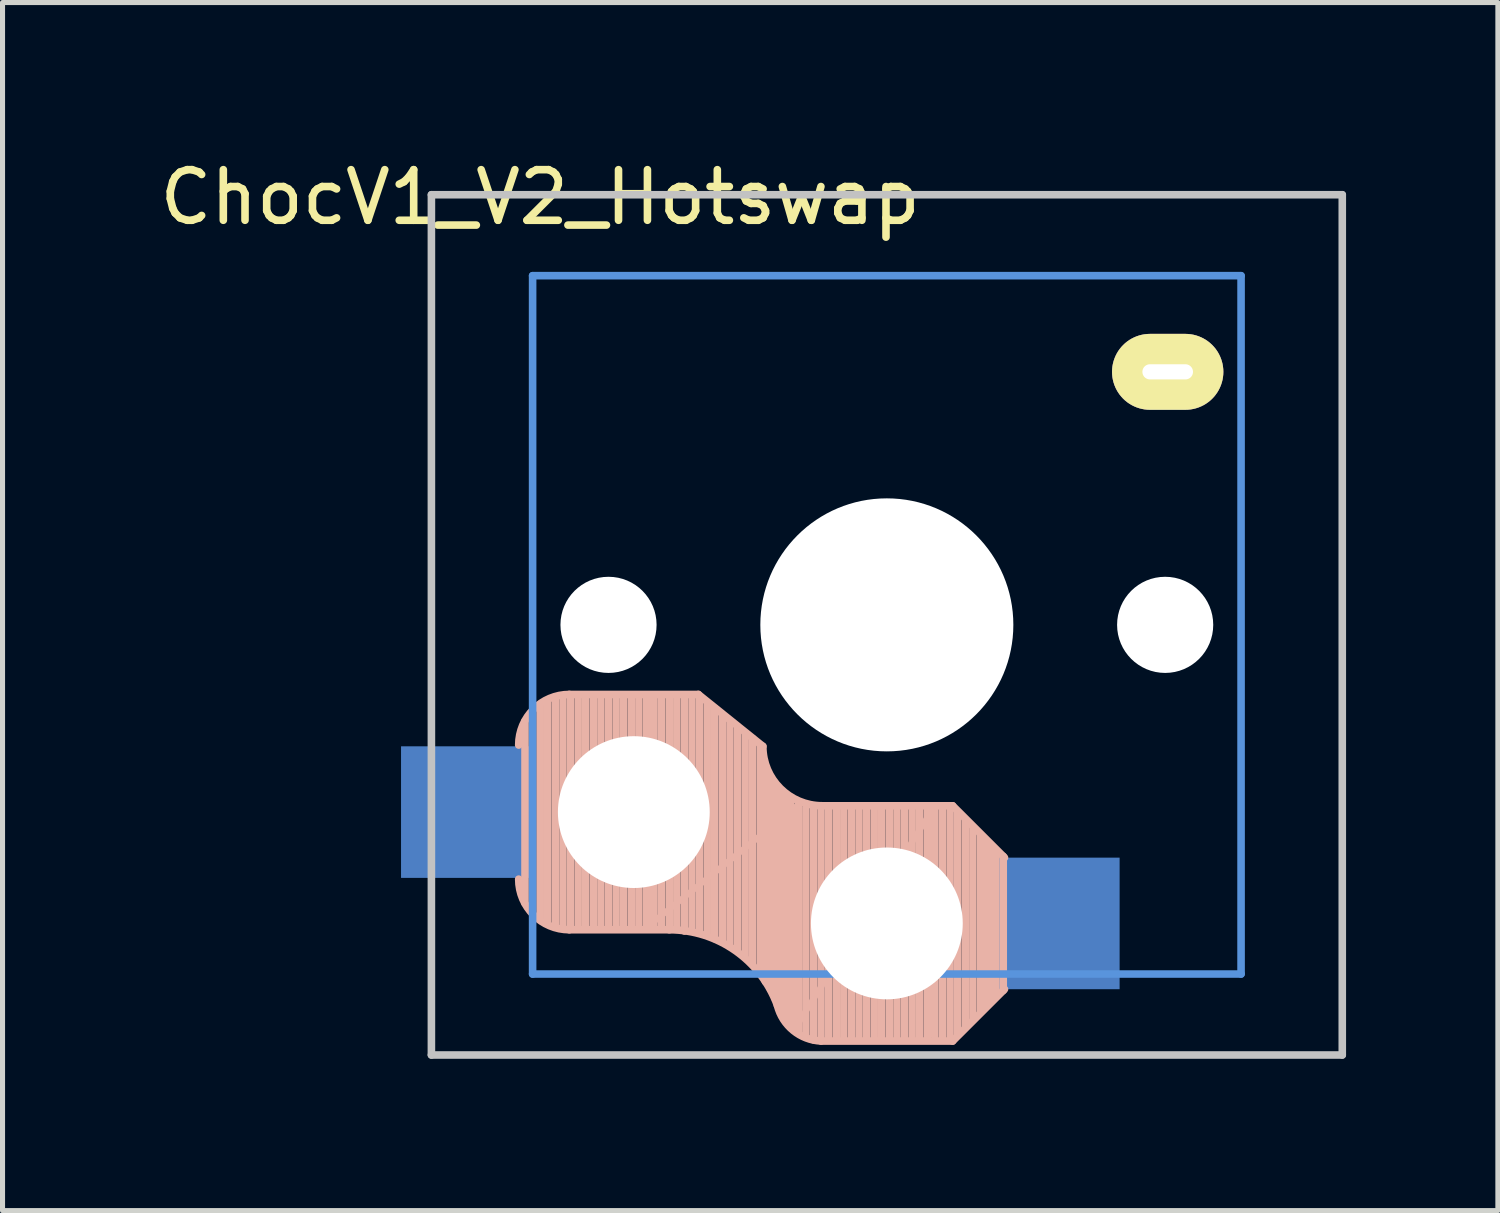
<source format=kicad_pcb>
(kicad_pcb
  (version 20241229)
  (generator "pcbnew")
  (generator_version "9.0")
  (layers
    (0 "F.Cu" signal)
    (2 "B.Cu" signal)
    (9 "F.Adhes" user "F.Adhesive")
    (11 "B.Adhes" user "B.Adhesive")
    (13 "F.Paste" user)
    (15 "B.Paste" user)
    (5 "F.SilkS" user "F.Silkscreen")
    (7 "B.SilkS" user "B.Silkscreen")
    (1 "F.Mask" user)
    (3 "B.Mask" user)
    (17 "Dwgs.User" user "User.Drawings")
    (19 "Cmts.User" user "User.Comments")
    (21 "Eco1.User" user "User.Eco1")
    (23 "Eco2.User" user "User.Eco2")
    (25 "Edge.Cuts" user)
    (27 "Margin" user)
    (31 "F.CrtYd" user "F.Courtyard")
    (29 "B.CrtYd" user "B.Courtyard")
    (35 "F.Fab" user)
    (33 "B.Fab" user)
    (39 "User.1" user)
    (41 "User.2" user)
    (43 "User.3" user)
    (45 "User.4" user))
  (footprint "ChocV1_V2_Hotswap"
    (layer "F.Cu")
    (at 14.475 9.298)
    (property "Reference" "ChocV1_V2_Hotswap" (at -6.85 -8.45 0) (layer "F.SilkS") (effects (font (size 1 1) (thickness 0.15))))
    (attr through_hole)
    (fp_line (start -7.15 5.5) (end -7.15 1.9) (stroke (width 0.15) (type solid)) (layer "B.SilkS"))
    (fp_line (start -7 5.7) (end -7 1.7) (stroke (width 0.15) (type solid)) (layer "B.SilkS"))
    (fp_line (start -6.85 5.8) (end -6.85 1.6) (stroke (width 0.15) (type solid)) (layer "B.SilkS"))
    (fp_line (start -6.7 5.9) (end -6.7 1.5) (stroke (width 0.15) (type solid)) (layer "B.SilkS"))
    (fp_line (start -6.55 5.95) (end -6.55 1.45) (stroke (width 0.15) (type solid)) (layer "B.SilkS"))
    (fp_line (start -6.4 6) (end -6.4 1.45) (stroke (width 0.15) (type solid)) (layer "B.SilkS"))
    (fp_line (start -6.25 6) (end -6.25 1.4) (stroke (width 0.15) (type solid)) (layer "B.SilkS"))
    (fp_line (start -6.1 6) (end -6.1 1.4) (stroke (width 0.15) (type solid)) (layer "B.SilkS"))
    (fp_line (start -5.95 6) (end -5.95 1.4) (stroke (width 0.15) (type solid)) (layer "B.SilkS"))
    (fp_line (start -5.8 6) (end -5.8 1.4) (stroke (width 0.15) (type solid)) (layer "B.SilkS"))
    (fp_line (start -5.65 6) (end -5.65 1.4) (stroke (width 0.15) (type solid)) (layer "B.SilkS"))
    (fp_line (start -5.5 6) (end -5.5 1.4) (stroke (width 0.15) (type solid)) (layer "B.SilkS"))
    (fp_line (start -5.35 6) (end -5.35 1.4) (stroke (width 0.15) (type solid)) (layer "B.SilkS"))
    (fp_line (start -5.2 6) (end -5.2 1.4) (stroke (width 0.15) (type solid)) (layer "B.SilkS"))
    (fp_line (start -5.05 6) (end -5.05 1.4) (stroke (width 0.15) (type solid)) (layer "B.SilkS"))
    (fp_line (start -4.9 6) (end -4.9 1.4) (stroke (width 0.15) (type solid)) (layer "B.SilkS"))
    (fp_line (start -4.75 6) (end -4.75 1.4) (stroke (width 0.15) (type solid)) (layer "B.SilkS"))
    (fp_line (start -4.65 5.9) (end -4.65 1.4) (stroke (width 0.12) (type solid)) (layer "B.SilkS"))
    (fp_line (start -4.6 6) (end -4.6 1.4) (stroke (width 0.15) (type solid)) (layer "B.SilkS"))
    (fp_line (start -4.45 6) (end -4.45 1.4) (stroke (width 0.15) (type solid)) (layer "B.SilkS"))
    (fp_line (start -4.3 6) (end -4.3 1.4) (stroke (width 0.15) (type solid)) (layer "B.SilkS"))
    (fp_line (start -4.3 6.025) (end -6.275 6.025) (stroke (width 0.15) (type solid)) (layer "B.SilkS"))
    (fp_line (start -4.15 6) (end -4.15 1.45) (stroke (width 0.15) (type solid)) (layer "B.SilkS"))
    (fp_line (start -4 6.05) (end -4 1.4) (stroke (width 0.15) (type solid)) (layer "B.SilkS"))
    (fp_line (start -3.85 6.05) (end -3.85 1.4) (stroke (width 0.15) (type solid)) (layer "B.SilkS"))
    (fp_line (start -3.725 1.375) (end -6.275 1.375) (stroke (width 0.15) (type solid)) (layer "B.SilkS"))
    (fp_line (start -3.725 1.375) (end -2.45 2.4) (stroke (width 0.15) (type solid)) (layer "B.SilkS"))
    (fp_line (start -3.7 6.05) (end -3.7 1.45) (stroke (width 0.15) (type solid)) (layer "B.SilkS"))
    (fp_line (start -3.55 6.1) (end -3.55 1.55) (stroke (width 0.15) (type solid)) (layer "B.SilkS"))
    (fp_line (start -3.4 6.2) (end -3.4 1.65) (stroke (width 0.15) (type solid)) (layer "B.SilkS"))
    (fp_line (start -3.25 6.25) (end -3.25 1.8) (stroke (width 0.15) (type solid)) (layer "B.SilkS"))
    (fp_line (start -3.1 6.35) (end -3.1 1.9) (stroke (width 0.15) (type solid)) (layer "B.SilkS"))
    (fp_line (start -2.95 6.45) (end -2.95 2.05) (stroke (width 0.15) (type solid)) (layer "B.SilkS"))
    (fp_line (start -2.8 6.55) (end -2.8 2.15) (stroke (width 0.15) (type solid)) (layer "B.SilkS"))
    (fp_line (start -2.65 6.7) (end -2.65 2.25) (stroke (width 0.15) (type solid)) (layer "B.SilkS"))
    (fp_line (start -2.5 6.85) (end -2.5 2.4) (stroke (width 0.15) (type solid)) (layer "B.SilkS"))
    (fp_line (start -2.4 7.05) (end -2.4 2.9) (stroke (width 0.15) (type solid)) (layer "B.SilkS"))
    (fp_line (start -2.3 7.2) (end -2.3 3.05) (stroke (width 0.15) (type solid)) (layer "B.SilkS"))
    (fp_line (start -2.2 7.4) (end -2.2 3.25) (stroke (width 0.15) (type solid)) (layer "B.SilkS"))
    (fp_line (start -2.1 7.55) (end -2.1 3.35) (stroke (width 0.15) (type solid)) (layer "B.SilkS"))
    (fp_line (start -2 7.8) (end -2 3.4) (stroke (width 0.15) (type solid)) (layer "B.SilkS"))
    (fp_line (start -1.9 7.95) (end -1.9 3.45) (stroke (width 0.15) (type solid)) (layer "B.SilkS"))
    (fp_line (start -1.8 3.6) (end -4.65 5.9) (stroke (width 0.12) (type solid)) (layer "B.SilkS"))
    (fp_line (start -1.8 7.95) (end -1.8 3.6) (stroke (width 0.12) (type solid)) (layer "B.SilkS"))
    (fp_line (start -1.75 8.05) (end -1.75 3.5) (stroke (width 0.15) (type solid)) (layer "B.SilkS"))
    (fp_line (start -1.6 8.15) (end -1.6 3.6) (stroke (width 0.15) (type solid)) (layer "B.SilkS"))
    (fp_line (start -1.45 8.2) (end -1.45 3.6) (stroke (width 0.15) (type solid)) (layer "B.SilkS"))
    (fp_line (start -1.3 8.2) (end -1.3 3.6) (stroke (width 0.15) (type solid)) (layer "B.SilkS"))
    (fp_line (start -1.15 8.2) (end -1.15 3.65) (stroke (width 0.15) (type solid)) (layer "B.SilkS"))
    (fp_line (start -1 8.2) (end -1 3.6) (stroke (width 0.15) (type solid)) (layer "B.SilkS"))
    (fp_line (start -0.85 8.2) (end -0.85 3.6) (stroke (width 0.15) (type solid)) (layer "B.SilkS"))
    (fp_line (start -0.7 8.2) (end -0.7 3.6) (stroke (width 0.15) (type solid)) (layer "B.SilkS"))
    (fp_line (start -0.55 8.2) (end -0.55 3.6) (stroke (width 0.15) (type solid)) (layer "B.SilkS"))
    (fp_line (start -0.4 8.2) (end -0.4 3.6) (stroke (width 0.15) (type solid)) (layer "B.SilkS"))
    (fp_line (start -0.25 8.2) (end -0.25 3.6) (stroke (width 0.15) (type solid)) (layer "B.SilkS"))
    (fp_line (start -0.1 8.2) (end -0.1 3.6) (stroke (width 0.15) (type solid)) (layer "B.SilkS"))
    (fp_line (start 0.05 8.2) (end 0.05 3.6) (stroke (width 0.15) (type solid)) (layer "B.SilkS"))
    (fp_line (start 0.2 8.2) (end 0.2 3.6) (stroke (width 0.15) (type solid)) (layer "B.SilkS"))
    (fp_line (start 0.35 8.2) (end 0.35 3.6) (stroke (width 0.15) (type solid)) (layer "B.SilkS"))
    (fp_line (start 0.5 8.2) (end 0.5 3.6) (stroke (width 0.15) (type solid)) (layer "B.SilkS"))
    (fp_line (start 0.65 8.2) (end 0.65 3.6) (stroke (width 0.15) (type solid)) (layer "B.SilkS"))
    (fp_line (start 0.8 8.2) (end 0.8 3.6) (stroke (width 0.15) (type solid)) (layer "B.SilkS"))
    (fp_line (start 0.9 3.65) (end -1.8 7.95) (stroke (width 0.12) (type solid)) (layer "B.SilkS"))
    (fp_line (start 0.9 8.1) (end 0.9 3.65) (stroke (width 0.12) (type solid)) (layer "B.SilkS"))
    (fp_line (start 0.95 8.2) (end 0.95 3.6) (stroke (width 0.15) (type solid)) (layer "B.SilkS"))
    (fp_line (start 1.1 8.2) (end 1.1 3.6) (stroke (width 0.15) (type solid)) (layer "B.SilkS"))
    (fp_line (start 1.25 8.2) (end 1.25 3.6) (stroke (width 0.15) (type solid)) (layer "B.SilkS"))
    (fp_line (start 1.3 3.575) (end -1.275 3.575) (stroke (width 0.15) (type solid)) (layer "B.SilkS"))
    (fp_line (start 1.3 3.575) (end 2.325 4.6) (stroke (width 0.15) (type solid)) (layer "B.SilkS"))
    (fp_line (start 1.3 8.225) (end -1.3 8.225) (stroke (width 0.15) (type solid)) (layer "B.SilkS"))
    (fp_line (start 1.3 8.225) (end 2.325 7.2) (stroke (width 0.15) (type solid)) (layer "B.SilkS"))
    (fp_line (start 1.4 8.1) (end 1.4 3.7) (stroke (width 0.15) (type solid)) (layer "B.SilkS"))
    (fp_line (start 1.55 7.95) (end 1.55 3.85) (stroke (width 0.15) (type solid)) (layer "B.SilkS"))
    (fp_line (start 1.7 7.8) (end 1.7 4) (stroke (width 0.15) (type solid)) (layer "B.SilkS"))
    (fp_line (start 1.85 7.65) (end 1.85 4.15) (stroke (width 0.15) (type solid)) (layer "B.SilkS"))
    (fp_line (start 1.95 7.55) (end 1.95 4.25) (stroke (width 0.15) (type solid)) (layer "B.SilkS"))
    (fp_line (start 2.05 7.45) (end 2.05 4.35) (stroke (width 0.15) (type solid)) (layer "B.SilkS"))
    (fp_line (start 2.15 7.35) (end 2.15 4.45) (stroke (width 0.15) (type solid)) (layer "B.SilkS"))
    (fp_line (start 2.3 4.575) (end 2.3 7.225) (stroke (width 0.15) (type solid)) (layer "B.SilkS"))
    (fp_arc (start -7.275 2.375) (mid -6.982107 1.667893) (end -6.275 1.375) (stroke (width 0.15) (type solid)) (layer "B.SilkS"))
    (fp_arc (start -6.275 6.025) (mid -6.982107 5.732107) (end -7.275 5.025) (stroke (width 0.15) (type solid)) (layer "B.SilkS"))
    (fp_arc (start -4.3 6.025) (mid -2.995114 6.436429) (end -2.162199 7.521904) (stroke (width 0.15) (type solid)) (layer "B.SilkS"))
    (fp_arc (start -1.300995 8.223791) (mid -1.848284 8.016021) (end -2.162199 7.521904) (stroke (width 0.15) (type solid)) (layer "B.SilkS"))
    (fp_arc (start -1.275 3.575) (mid -2.10585 3.23085) (end -2.45 2.4) (stroke (width 0.15) (type solid)) (layer "B.SilkS"))
    (fp_line (start -9 -8.5) (end -9 8.5) (stroke (width 0.15) (type solid)) (layer "Dwgs.User"))
    (fp_line (start -9 -8.5) (end 9 -8.5) (stroke (width 0.15) (type solid)) (layer "Dwgs.User"))
    (fp_line (start -9 8.5) (end 9 8.5) (stroke (width 0.15) (type solid)) (layer "Dwgs.User"))
    (fp_line (start 9 -8.5) (end 9 8.5) (stroke (width 0.15) (type solid)) (layer "Dwgs.User"))
    (fp_line (start -7 -6.9) (end -7 6.9) (stroke (width 0.15) (type solid)) (layer "Cmts.User"))
    (fp_line (start -7 -6.9) (end 7 -6.9) (stroke (width 0.15) (type solid)) (layer "Cmts.User"))
    (fp_line (start -7 6.9) (end 7 6.9) (stroke (width 0.15) (type solid)) (layer "Cmts.User"))
    (fp_line (start 7 -6.9) (end 7 6.9) (stroke (width 0.15) (type solid)) (layer "Cmts.User"))
    (fp_line (start -7.5 -7.5) (end -7.5 7.5) (stroke (width 0.12) (type solid)) (layer "Eco2.User"))
    (fp_line (start -7.5 -7.5) (end 7.5 -7.5) (stroke (width 0.12) (type solid)) (layer "Eco2.User"))
    (fp_line (start -7.5 7.5) (end 7.5 7.5) (stroke (width 0.12) (type solid)) (layer "Eco2.User"))
    (fp_line (start 7.5 -7.5) (end 7.5 7.5) (stroke (width 0.12) (type solid)) (layer "Eco2.User"))
    (pad "" np_thru_hole circle (at -5.5 0 90) (size 1.9 1.9) (drill 1.9) (layers "*.Cu"))
    (pad "" np_thru_hole circle (at -5 3.7 90) (size 3 3) (drill 3) (layers "*.Cu" "*.Mask"))
    (pad "" np_thru_hole circle (at 0 0 90) (size 5 5) (drill 5) (layers "*.Cu"))
    (pad "" np_thru_hole circle (at 0 5.9 90) (size 3 3) (drill 3) (layers "*.Cu" "*.Mask"))
    (pad "" np_thru_hole circle (at 5.5 0 90) (size 1.9 1.9) (drill 1.9) (layers "*.Cu"))
    (pad "" thru_hole oval (at 5.55 -5 180) (size 2.2 1.5) (drill oval 1 0.3) (layers "*.Cu" "B.Mask" "F.SilkS"))
    (pad "1" smd rect (at -8.3 3.7 180) (size 2.6 2.6) (layers "B.Cu" "B.Mask" "B.Paste"))
    (pad "2" smd rect (at 3.3 5.9 180) (size 2.6 2.6) (layers "B.Cu" "B.Mask" "B.Paste")))
  (gr_rect
    (start -3 -3)
    (end 26.55 20.873)
    (stroke (width 0.1) (type default))
    (fill no)
    (layer "Edge.Cuts")))
</source>
